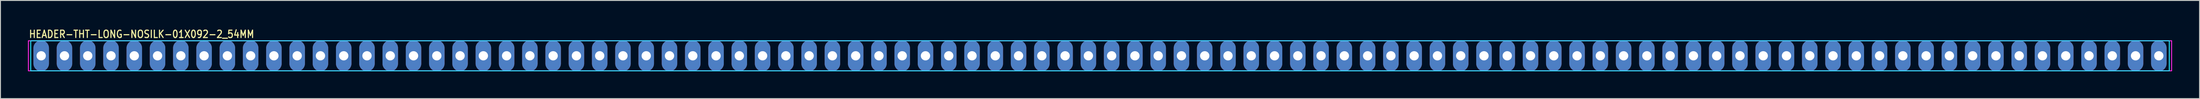
<source format=kicad_pcb>
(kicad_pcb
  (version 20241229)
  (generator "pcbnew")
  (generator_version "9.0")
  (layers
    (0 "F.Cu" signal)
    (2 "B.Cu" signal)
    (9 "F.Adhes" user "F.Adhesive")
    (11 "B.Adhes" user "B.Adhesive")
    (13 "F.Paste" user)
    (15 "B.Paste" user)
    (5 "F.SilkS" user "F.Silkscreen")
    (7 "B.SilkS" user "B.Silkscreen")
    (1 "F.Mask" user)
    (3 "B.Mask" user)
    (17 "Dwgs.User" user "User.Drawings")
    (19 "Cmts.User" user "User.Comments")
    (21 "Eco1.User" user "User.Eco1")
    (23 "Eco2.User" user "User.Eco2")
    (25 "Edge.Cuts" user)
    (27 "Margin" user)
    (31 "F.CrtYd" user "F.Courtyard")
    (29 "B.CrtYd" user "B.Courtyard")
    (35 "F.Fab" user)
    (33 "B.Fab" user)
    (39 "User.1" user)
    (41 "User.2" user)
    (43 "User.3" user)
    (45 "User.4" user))
  (footprint "HEADER-THT-LONG-NOSILK-01X092-2_54MM"
    (layer "F.Cu")
    (at 1.447 3.079)
    (property "Reference" "HEADER-THT-LONG-NOSILK-01X092-2_54MM" (at -1.4 -1.9 0) (unlocked yes) (layer "F.SilkS") (effects (font (size 0.813 0.695) (thickness 0.122)) (justify left bottom)))
    (fp_poly (pts (xy -1.143 -1.651) (xy 232.283 -1.651) (xy 232.283 1.651) (xy -1.143 1.651)) (stroke (width 0.1) (type solid)) (fill no) (layer "B.CrtYd"))
    (fp_poly (pts (xy -1.397 -1.651) (xy 232.537 -1.651) (xy 232.537 1.651) (xy -1.397 1.651)) (stroke (width 0.1) (type solid)) (fill no) (layer "F.CrtYd"))
    (pad "1" thru_hole oval (at 0 0 90) (size 3.387 1.693) (drill 1.016) (layers "*.Cu" "*.Mask"))
    (pad "2" thru_hole oval (at 2.54 0 90) (size 3.387 1.693) (drill 1.016) (layers "*.Cu" "*.Mask"))
    (pad "3" thru_hole oval (at 5.08 0 90) (size 3.387 1.693) (drill 1.016) (layers "*.Cu" "*.Mask"))
    (pad "4" thru_hole oval (at 7.62 0 90) (size 3.387 1.693) (drill 1.016) (layers "*.Cu" "*.Mask"))
    (pad "5" thru_hole oval (at 10.16 0 90) (size 3.387 1.693) (drill 1.016) (layers "*.Cu" "*.Mask"))
    (pad "6" thru_hole oval (at 12.7 0 90) (size 3.387 1.693) (drill 1.016) (layers "*.Cu" "*.Mask"))
    (pad "7" thru_hole oval (at 15.24 0 90) (size 3.387 1.693) (drill 1.016) (layers "*.Cu" "*.Mask"))
    (pad "8" thru_hole oval (at 17.78 0 90) (size 3.387 1.693) (drill 1.016) (layers "*.Cu" "*.Mask"))
    (pad "9" thru_hole oval (at 20.32 0 90) (size 3.387 1.693) (drill 1.016) (layers "*.Cu" "*.Mask"))
    (pad "10" thru_hole oval (at 22.86 0 90) (size 3.387 1.693) (drill 1.016) (layers "*.Cu" "*.Mask"))
    (pad "11" thru_hole oval (at 25.4 0 90) (size 3.387 1.693) (drill 1.016) (layers "*.Cu" "*.Mask"))
    (pad "12" thru_hole oval (at 27.94 0 90) (size 3.387 1.693) (drill 1.016) (layers "*.Cu" "*.Mask"))
    (pad "13" thru_hole oval (at 30.48 0 90) (size 3.387 1.693) (drill 1.016) (layers "*.Cu" "*.Mask"))
    (pad "14" thru_hole oval (at 33.02 0 90) (size 3.387 1.693) (drill 1.016) (layers "*.Cu" "*.Mask"))
    (pad "15" thru_hole oval (at 35.56 0 90) (size 3.387 1.693) (drill 1.016) (layers "*.Cu" "*.Mask"))
    (pad "16" thru_hole oval (at 38.1 0 90) (size 3.387 1.693) (drill 1.016) (layers "*.Cu" "*.Mask"))
    (pad "17" thru_hole oval (at 40.64 0 90) (size 3.387 1.693) (drill 1.016) (layers "*.Cu" "*.Mask"))
    (pad "18" thru_hole oval (at 43.18 0 90) (size 3.387 1.693) (drill 1.016) (layers "*.Cu" "*.Mask"))
    (pad "19" thru_hole oval (at 45.72 0 90) (size 3.387 1.693) (drill 1.016) (layers "*.Cu" "*.Mask"))
    (pad "20" thru_hole oval (at 48.26 0 90) (size 3.387 1.693) (drill 1.016) (layers "*.Cu" "*.Mask"))
    (pad "21" thru_hole oval (at 50.8 0 90) (size 3.387 1.693) (drill 1.016) (layers "*.Cu" "*.Mask"))
    (pad "22" thru_hole oval (at 53.34 0 90) (size 3.387 1.693) (drill 1.016) (layers "*.Cu" "*.Mask"))
    (pad "23" thru_hole oval (at 55.88 0 90) (size 3.387 1.693) (drill 1.016) (layers "*.Cu" "*.Mask"))
    (pad "24" thru_hole oval (at 58.42 0 90) (size 3.387 1.693) (drill 1.016) (layers "*.Cu" "*.Mask"))
    (pad "25" thru_hole oval (at 60.96 0 90) (size 3.387 1.693) (drill 1.016) (layers "*.Cu" "*.Mask"))
    (pad "26" thru_hole oval (at 63.5 0 90) (size 3.387 1.693) (drill 1.016) (layers "*.Cu" "*.Mask"))
    (pad "27" thru_hole oval (at 66.04 0 90) (size 3.387 1.693) (drill 1.016) (layers "*.Cu" "*.Mask"))
    (pad "28" thru_hole oval (at 68.58 0 90) (size 3.387 1.693) (drill 1.016) (layers "*.Cu" "*.Mask"))
    (pad "29" thru_hole oval (at 71.12 0 90) (size 3.387 1.693) (drill 1.016) (layers "*.Cu" "*.Mask"))
    (pad "30" thru_hole oval (at 73.66 0 90) (size 3.387 1.693) (drill 1.016) (layers "*.Cu" "*.Mask"))
    (pad "31" thru_hole oval (at 76.2 0 90) (size 3.387 1.693) (drill 1.016) (layers "*.Cu" "*.Mask"))
    (pad "32" thru_hole oval (at 78.74 0 90) (size 3.387 1.693) (drill 1.016) (layers "*.Cu" "*.Mask"))
    (pad "33" thru_hole oval (at 81.28 0 90) (size 3.387 1.693) (drill 1.016) (layers "*.Cu" "*.Mask"))
    (pad "34" thru_hole oval (at 83.82 0 90) (size 3.387 1.693) (drill 1.016) (layers "*.Cu" "*.Mask"))
    (pad "35" thru_hole oval (at 86.36 0 90) (size 3.387 1.693) (drill 1.016) (layers "*.Cu" "*.Mask"))
    (pad "36" thru_hole oval (at 88.9 0 90) (size 3.387 1.693) (drill 1.016) (layers "*.Cu" "*.Mask"))
    (pad "37" thru_hole oval (at 91.44 0 90) (size 3.387 1.693) (drill 1.016) (layers "*.Cu" "*.Mask"))
    (pad "38" thru_hole oval (at 93.98 0 90) (size 3.387 1.693) (drill 1.016) (layers "*.Cu" "*.Mask"))
    (pad "39" thru_hole oval (at 96.52 0 90) (size 3.387 1.693) (drill 1.016) (layers "*.Cu" "*.Mask"))
    (pad "40" thru_hole oval (at 99.06 0 90) (size 3.387 1.693) (drill 1.016) (layers "*.Cu" "*.Mask"))
    (pad "41" thru_hole oval (at 101.6 0 90) (size 3.387 1.693) (drill 1.016) (layers "*.Cu" "*.Mask"))
    (pad "42" thru_hole oval (at 104.14 0 90) (size 3.387 1.693) (drill 1.016) (layers "*.Cu" "*.Mask"))
    (pad "43" thru_hole oval (at 106.68 0 90) (size 3.387 1.693) (drill 1.016) (layers "*.Cu" "*.Mask"))
    (pad "44" thru_hole oval (at 109.22 0 90) (size 3.387 1.693) (drill 1.016) (layers "*.Cu" "*.Mask"))
    (pad "45" thru_hole oval (at 111.76 0 90) (size 3.387 1.693) (drill 1.016) (layers "*.Cu" "*.Mask"))
    (pad "46" thru_hole oval (at 114.3 0 90) (size 3.387 1.693) (drill 1.016) (layers "*.Cu" "*.Mask"))
    (pad "47" thru_hole oval (at 116.84 0 90) (size 3.387 1.693) (drill 1.016) (layers "*.Cu" "*.Mask"))
    (pad "48" thru_hole oval (at 119.38 0 90) (size 3.387 1.693) (drill 1.016) (layers "*.Cu" "*.Mask"))
    (pad "49" thru_hole oval (at 121.92 0 90) (size 3.387 1.693) (drill 1.016) (layers "*.Cu" "*.Mask"))
    (pad "50" thru_hole oval (at 124.46 0 90) (size 3.387 1.693) (drill 1.016) (layers "*.Cu" "*.Mask"))
    (pad "51" thru_hole oval (at 127 0 90) (size 3.387 1.693) (drill 1.016) (layers "*.Cu" "*.Mask"))
    (pad "52" thru_hole oval (at 129.54 0 90) (size 3.387 1.693) (drill 1.016) (layers "*.Cu" "*.Mask"))
    (pad "53" thru_hole oval (at 132.08 0 90) (size 3.387 1.693) (drill 1.016) (layers "*.Cu" "*.Mask"))
    (pad "54" thru_hole oval (at 134.62 0 90) (size 3.387 1.693) (drill 1.016) (layers "*.Cu" "*.Mask"))
    (pad "55" thru_hole oval (at 137.16 0 90) (size 3.387 1.693) (drill 1.016) (layers "*.Cu" "*.Mask"))
    (pad "56" thru_hole oval (at 139.7 0 90) (size 3.387 1.693) (drill 1.016) (layers "*.Cu" "*.Mask"))
    (pad "57" thru_hole oval (at 142.24 0 90) (size 3.387 1.693) (drill 1.016) (layers "*.Cu" "*.Mask"))
    (pad "58" thru_hole oval (at 144.78 0 90) (size 3.387 1.693) (drill 1.016) (layers "*.Cu" "*.Mask"))
    (pad "59" thru_hole oval (at 147.32 0 90) (size 3.387 1.693) (drill 1.016) (layers "*.Cu" "*.Mask"))
    (pad "60" thru_hole oval (at 149.86 0 90) (size 3.387 1.693) (drill 1.016) (layers "*.Cu" "*.Mask"))
    (pad "61" thru_hole oval (at 152.4 0 90) (size 3.387 1.693) (drill 1.016) (layers "*.Cu" "*.Mask"))
    (pad "62" thru_hole oval (at 154.94 0 90) (size 3.387 1.693) (drill 1.016) (layers "*.Cu" "*.Mask"))
    (pad "63" thru_hole oval (at 157.48 0 90) (size 3.387 1.693) (drill 1.016) (layers "*.Cu" "*.Mask"))
    (pad "64" thru_hole oval (at 160.02 0 90) (size 3.387 1.693) (drill 1.016) (layers "*.Cu" "*.Mask"))
    (pad "65" thru_hole oval (at 162.56 0 90) (size 3.387 1.693) (drill 1.016) (layers "*.Cu" "*.Mask"))
    (pad "66" thru_hole oval (at 165.1 0 90) (size 3.387 1.693) (drill 1.016) (layers "*.Cu" "*.Mask"))
    (pad "67" thru_hole oval (at 167.64 0 90) (size 3.387 1.693) (drill 1.016) (layers "*.Cu" "*.Mask"))
    (pad "68" thru_hole oval (at 170.18 0 90) (size 3.387 1.693) (drill 1.016) (layers "*.Cu" "*.Mask"))
    (pad "69" thru_hole oval (at 172.72 0 90) (size 3.387 1.693) (drill 1.016) (layers "*.Cu" "*.Mask"))
    (pad "70" thru_hole oval (at 175.26 0 90) (size 3.387 1.693) (drill 1.016) (layers "*.Cu" "*.Mask"))
    (pad "71" thru_hole oval (at 177.8 0 90) (size 3.387 1.693) (drill 1.016) (layers "*.Cu" "*.Mask"))
    (pad "72" thru_hole oval (at 180.34 0 90) (size 3.387 1.693) (drill 1.016) (layers "*.Cu" "*.Mask"))
    (pad "73" thru_hole oval (at 182.88 0 90) (size 3.387 1.693) (drill 1.016) (layers "*.Cu" "*.Mask"))
    (pad "74" thru_hole oval (at 185.42 0 90) (size 3.387 1.693) (drill 1.016) (layers "*.Cu" "*.Mask"))
    (pad "75" thru_hole oval (at 187.96 0 90) (size 3.387 1.693) (drill 1.016) (layers "*.Cu" "*.Mask"))
    (pad "76" thru_hole oval (at 190.5 0 90) (size 3.387 1.693) (drill 1.016) (layers "*.Cu" "*.Mask"))
    (pad "77" thru_hole oval (at 193.04 0 90) (size 3.387 1.693) (drill 1.016) (layers "*.Cu" "*.Mask"))
    (pad "78" thru_hole oval (at 195.58 0 90) (size 3.387 1.693) (drill 1.016) (layers "*.Cu" "*.Mask"))
    (pad "79" thru_hole oval (at 198.12 0 90) (size 3.387 1.693) (drill 1.016) (layers "*.Cu" "*.Mask"))
    (pad "80" thru_hole oval (at 200.66 0 90) (size 3.387 1.693) (drill 1.016) (layers "*.Cu" "*.Mask"))
    (pad "81" thru_hole oval (at 203.2 0 90) (size 3.387 1.693) (drill 1.016) (layers "*.Cu" "*.Mask"))
    (pad "82" thru_hole oval (at 205.74 0 90) (size 3.387 1.693) (drill 1.016) (layers "*.Cu" "*.Mask"))
    (pad "83" thru_hole oval (at 208.28 0 90) (size 3.387 1.693) (drill 1.016) (layers "*.Cu" "*.Mask"))
    (pad "84" thru_hole oval (at 210.82 0 90) (size 3.387 1.693) (drill 1.016) (layers "*.Cu" "*.Mask"))
    (pad "85" thru_hole oval (at 213.36 0 90) (size 3.387 1.693) (drill 1.016) (layers "*.Cu" "*.Mask"))
    (pad "86" thru_hole oval (at 215.9 0 90) (size 3.387 1.693) (drill 1.016) (layers "*.Cu" "*.Mask"))
    (pad "87" thru_hole oval (at 218.44 0 90) (size 3.387 1.693) (drill 1.016) (layers "*.Cu" "*.Mask"))
    (pad "88" thru_hole oval (at 220.98 0 90) (size 3.387 1.693) (drill 1.016) (layers "*.Cu" "*.Mask"))
    (pad "89" thru_hole oval (at 223.52 0 90) (size 3.387 1.693) (drill 1.016) (layers "*.Cu" "*.Mask"))
    (pad "90" thru_hole oval (at 226.06 0 90) (size 3.387 1.693) (drill 1.016) (layers "*.Cu" "*.Mask"))
    (pad "91" thru_hole oval (at 228.6 0 90) (size 3.387 1.693) (drill 1.016) (layers "*.Cu" "*.Mask"))
    (pad "92" thru_hole oval (at 231.14 0 90) (size 3.387 1.693) (drill 1.016) (layers "*.Cu" "*.Mask")))
  (gr_rect
    (start -3 -3)
    (end 237.034 7.78)
    (stroke (width 0.1) (type default))
    (fill no)
    (layer "Edge.Cuts")))
</source>
